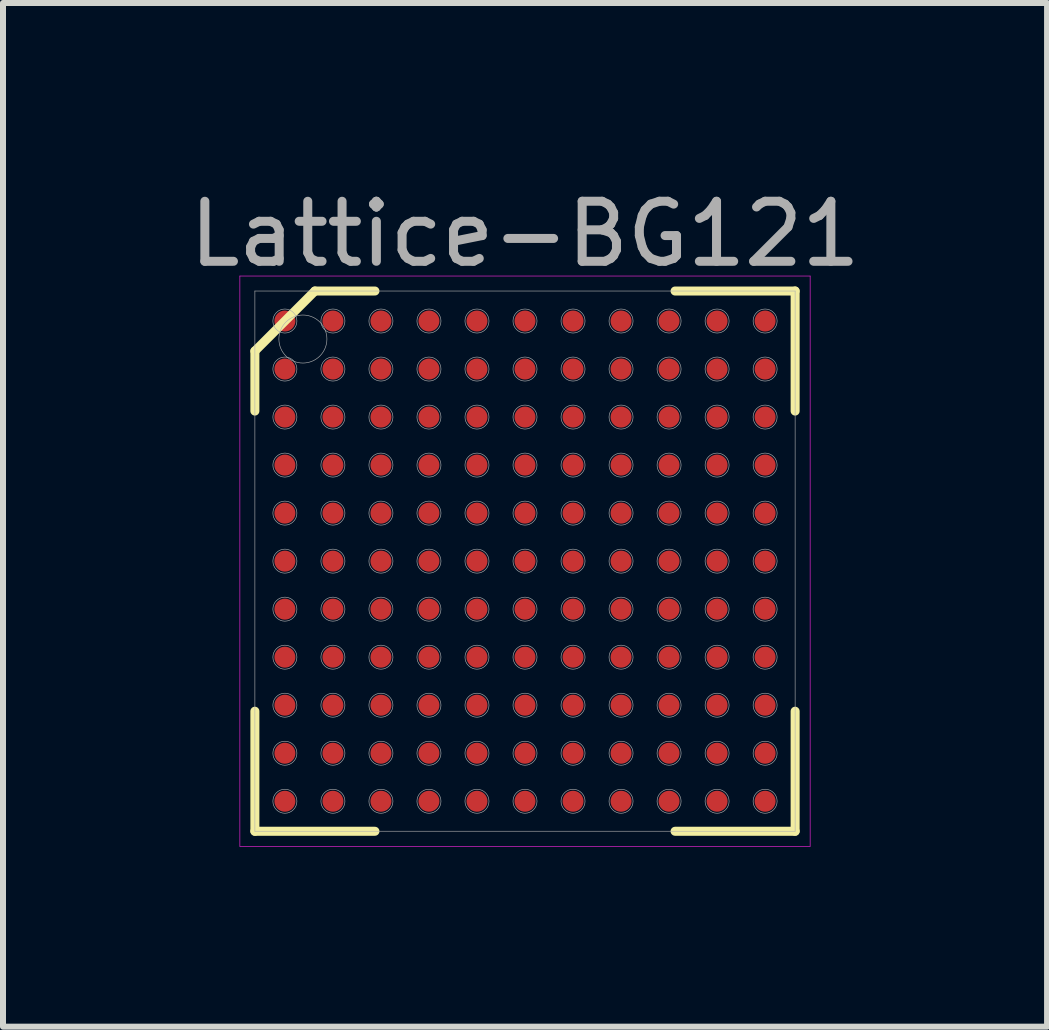
<source format=kicad_pcb>
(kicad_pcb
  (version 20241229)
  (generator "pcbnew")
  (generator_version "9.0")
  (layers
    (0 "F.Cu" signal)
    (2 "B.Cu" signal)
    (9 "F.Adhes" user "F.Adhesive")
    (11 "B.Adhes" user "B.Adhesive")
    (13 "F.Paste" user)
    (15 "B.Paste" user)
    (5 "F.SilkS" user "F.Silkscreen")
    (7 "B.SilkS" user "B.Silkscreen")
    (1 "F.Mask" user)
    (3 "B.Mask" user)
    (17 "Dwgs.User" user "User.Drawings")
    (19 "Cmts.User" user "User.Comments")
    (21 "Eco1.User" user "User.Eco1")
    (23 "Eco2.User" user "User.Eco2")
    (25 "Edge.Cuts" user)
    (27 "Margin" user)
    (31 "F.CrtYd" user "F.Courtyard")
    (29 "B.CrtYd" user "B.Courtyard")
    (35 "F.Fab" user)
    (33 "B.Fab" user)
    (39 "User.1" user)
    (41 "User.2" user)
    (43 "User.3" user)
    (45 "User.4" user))
  (footprint "Lattice-BG121"
    (layer "F.Cu")
    (at 5.696 6.298)
    (property "Reference" "Lattice-BG121" (at 0 -5.45 0) (layer "F.Fab") (effects (font (size 1 1) (thickness 0.15))))
    (attr through_hole)
    (fp_line (start -4.5 -3.5) (end -3.5 -4.5) (stroke (width 0.15) (type solid)) (layer "F.SilkS"))
    (fp_line (start -4.5 -2.5) (end -4.5 -3.5) (stroke (width 0.15) (type solid)) (layer "F.SilkS"))
    (fp_line (start -4.5 4.5) (end -4.5 2.5) (stroke (width 0.15) (type solid)) (layer "F.SilkS"))
    (fp_line (start -2.5 -4.5) (end -3.5 -4.5) (stroke (width 0.15) (type solid)) (layer "F.SilkS"))
    (fp_line (start -2.5 4.5) (end -4.5 4.5) (stroke (width 0.15) (type solid)) (layer "F.SilkS"))
    (fp_line (start 2.5 -4.5) (end 4.5 -4.5) (stroke (width 0.15) (type solid)) (layer "F.SilkS"))
    (fp_line (start 2.5 4.5) (end 4.5 4.5) (stroke (width 0.15) (type solid)) (layer "F.SilkS"))
    (fp_line (start 4.5 -4.5) (end 4.5 -2.5) (stroke (width 0.15) (type solid)) (layer "F.SilkS"))
    (fp_line (start 4.5 4.5) (end 4.5 2.5) (stroke (width 0.15) (type solid)) (layer "F.SilkS"))
    (fp_line (start -4.75 -4.75) (end 4.75 -4.75) (stroke (width 0.01) (type solid)) (layer "F.CrtYd"))
    (fp_line (start -4.75 4.75) (end -4.75 -4.75) (stroke (width 0.01) (type solid)) (layer "F.CrtYd"))
    (fp_line (start 4.75 -4.75) (end 4.75 4.75) (stroke (width 0.01) (type solid)) (layer "F.CrtYd"))
    (fp_line (start 4.75 4.75) (end -4.75 4.75) (stroke (width 0.01) (type solid)) (layer "F.CrtYd"))
    (fp_line (start -4.5 -4.5) (end 4.5 -4.5) (stroke (width 0.01) (type solid)) (layer "F.Fab"))
    (fp_line (start -4.5 4.5) (end -4.5 -4.5) (stroke (width 0.01) (type solid)) (layer "F.Fab"))
    (fp_line (start 4.5 -4.5) (end 4.5 4.5) (stroke (width 0.01) (type solid)) (layer "F.Fab"))
    (fp_line (start 4.5 4.5) (end -4.5 4.5) (stroke (width 0.01) (type solid)) (layer "F.Fab"))
    (fp_circle (center -4 -4) (end -4 -3.8) (stroke (width 0.01) (type solid)) (fill no) (layer "F.Fab"))
    (fp_circle (center -4 -3.2) (end -4 -3) (stroke (width 0.01) (type solid)) (fill no) (layer "F.Fab"))
    (fp_circle (center -4 -2.4) (end -4 -2.2) (stroke (width 0.01) (type solid)) (fill no) (layer "F.Fab"))
    (fp_circle (center -4 -1.6) (end -4 -1.4) (stroke (width 0.01) (type solid)) (fill no) (layer "F.Fab"))
    (fp_circle (center -4 -0.8) (end -4 -0.6) (stroke (width 0.01) (type solid)) (fill no) (layer "F.Fab"))
    (fp_circle (center -4 0) (end -4 0.2) (stroke (width 0.01) (type solid)) (fill no) (layer "F.Fab"))
    (fp_circle (center -4 0.8) (end -4 1) (stroke (width 0.01) (type solid)) (fill no) (layer "F.Fab"))
    (fp_circle (center -4 1.6) (end -4 1.8) (stroke (width 0.01) (type solid)) (fill no) (layer "F.Fab"))
    (fp_circle (center -4 2.4) (end -4 2.6) (stroke (width 0.01) (type solid)) (fill no) (layer "F.Fab"))
    (fp_circle (center -4 3.2) (end -4 3.4) (stroke (width 0.01) (type solid)) (fill no) (layer "F.Fab"))
    (fp_circle (center -4 4) (end -4 4.2) (stroke (width 0.01) (type solid)) (fill no) (layer "F.Fab"))
    (fp_circle (center -3.7 -3.7) (end -3.7 -3.3) (stroke (width 0.01) (type solid)) (fill no) (layer "F.Fab"))
    (fp_circle (center -3.2 -4) (end -3.2 -3.8) (stroke (width 0.01) (type solid)) (fill no) (layer "F.Fab"))
    (fp_circle (center -3.2 -3.2) (end -3.2 -3) (stroke (width 0.01) (type solid)) (fill no) (layer "F.Fab"))
    (fp_circle (center -3.2 -2.4) (end -3.2 -2.2) (stroke (width 0.01) (type solid)) (fill no) (layer "F.Fab"))
    (fp_circle (center -3.2 -1.6) (end -3.2 -1.4) (stroke (width 0.01) (type solid)) (fill no) (layer "F.Fab"))
    (fp_circle (center -3.2 -0.8) (end -3.2 -0.6) (stroke (width 0.01) (type solid)) (fill no) (layer "F.Fab"))
    (fp_circle (center -3.2 0) (end -3.2 0.2) (stroke (width 0.01) (type solid)) (fill no) (layer "F.Fab"))
    (fp_circle (center -3.2 0.8) (end -3.2 1) (stroke (width 0.01) (type solid)) (fill no) (layer "F.Fab"))
    (fp_circle (center -3.2 1.6) (end -3.2 1.8) (stroke (width 0.01) (type solid)) (fill no) (layer "F.Fab"))
    (fp_circle (center -3.2 2.4) (end -3.2 2.6) (stroke (width 0.01) (type solid)) (fill no) (layer "F.Fab"))
    (fp_circle (center -3.2 3.2) (end -3.2 3.4) (stroke (width 0.01) (type solid)) (fill no) (layer "F.Fab"))
    (fp_circle (center -3.2 4) (end -3.2 4.2) (stroke (width 0.01) (type solid)) (fill no) (layer "F.Fab"))
    (fp_circle (center -2.4 -4) (end -2.4 -3.8) (stroke (width 0.01) (type solid)) (fill no) (layer "F.Fab"))
    (fp_circle (center -2.4 -3.2) (end -2.4 -3) (stroke (width 0.01) (type solid)) (fill no) (layer "F.Fab"))
    (fp_circle (center -2.4 -2.4) (end -2.4 -2.2) (stroke (width 0.01) (type solid)) (fill no) (layer "F.Fab"))
    (fp_circle (center -2.4 -1.6) (end -2.4 -1.4) (stroke (width 0.01) (type solid)) (fill no) (layer "F.Fab"))
    (fp_circle (center -2.4 -0.8) (end -2.4 -0.6) (stroke (width 0.01) (type solid)) (fill no) (layer "F.Fab"))
    (fp_circle (center -2.4 0) (end -2.4 0.2) (stroke (width 0.01) (type solid)) (fill no) (layer "F.Fab"))
    (fp_circle (center -2.4 0.8) (end -2.4 1) (stroke (width 0.01) (type solid)) (fill no) (layer "F.Fab"))
    (fp_circle (center -2.4 1.6) (end -2.4 1.8) (stroke (width 0.01) (type solid)) (fill no) (layer "F.Fab"))
    (fp_circle (center -2.4 2.4) (end -2.4 2.6) (stroke (width 0.01) (type solid)) (fill no) (layer "F.Fab"))
    (fp_circle (center -2.4 3.2) (end -2.4 3.4) (stroke (width 0.01) (type solid)) (fill no) (layer "F.Fab"))
    (fp_circle (center -2.4 4) (end -2.4 4.2) (stroke (width 0.01) (type solid)) (fill no) (layer "F.Fab"))
    (fp_circle (center -1.6 -4) (end -1.6 -3.8) (stroke (width 0.01) (type solid)) (fill no) (layer "F.Fab"))
    (fp_circle (center -1.6 -3.2) (end -1.6 -3) (stroke (width 0.01) (type solid)) (fill no) (layer "F.Fab"))
    (fp_circle (center -1.6 -2.4) (end -1.6 -2.2) (stroke (width 0.01) (type solid)) (fill no) (layer "F.Fab"))
    (fp_circle (center -1.6 -1.6) (end -1.6 -1.4) (stroke (width 0.01) (type solid)) (fill no) (layer "F.Fab"))
    (fp_circle (center -1.6 -0.8) (end -1.6 -0.6) (stroke (width 0.01) (type solid)) (fill no) (layer "F.Fab"))
    (fp_circle (center -1.6 0) (end -1.6 0.2) (stroke (width 0.01) (type solid)) (fill no) (layer "F.Fab"))
    (fp_circle (center -1.6 0.8) (end -1.6 1) (stroke (width 0.01) (type solid)) (fill no) (layer "F.Fab"))
    (fp_circle (center -1.6 1.6) (end -1.6 1.8) (stroke (width 0.01) (type solid)) (fill no) (layer "F.Fab"))
    (fp_circle (center -1.6 2.4) (end -1.6 2.6) (stroke (width 0.01) (type solid)) (fill no) (layer "F.Fab"))
    (fp_circle (center -1.6 3.2) (end -1.6 3.4) (stroke (width 0.01) (type solid)) (fill no) (layer "F.Fab"))
    (fp_circle (center -1.6 4) (end -1.6 4.2) (stroke (width 0.01) (type solid)) (fill no) (layer "F.Fab"))
    (fp_circle (center -0.8 -4) (end -0.8 -3.8) (stroke (width 0.01) (type solid)) (fill no) (layer "F.Fab"))
    (fp_circle (center -0.8 -3.2) (end -0.8 -3) (stroke (width 0.01) (type solid)) (fill no) (layer "F.Fab"))
    (fp_circle (center -0.8 -2.4) (end -0.8 -2.2) (stroke (width 0.01) (type solid)) (fill no) (layer "F.Fab"))
    (fp_circle (center -0.8 -1.6) (end -0.8 -1.4) (stroke (width 0.01) (type solid)) (fill no) (layer "F.Fab"))
    (fp_circle (center -0.8 -0.8) (end -0.8 -0.6) (stroke (width 0.01) (type solid)) (fill no) (layer "F.Fab"))
    (fp_circle (center -0.8 0) (end -0.8 0.2) (stroke (width 0.01) (type solid)) (fill no) (layer "F.Fab"))
    (fp_circle (center -0.8 0.8) (end -0.8 1) (stroke (width 0.01) (type solid)) (fill no) (layer "F.Fab"))
    (fp_circle (center -0.8 1.6) (end -0.8 1.8) (stroke (width 0.01) (type solid)) (fill no) (layer "F.Fab"))
    (fp_circle (center -0.8 2.4) (end -0.8 2.6) (stroke (width 0.01) (type solid)) (fill no) (layer "F.Fab"))
    (fp_circle (center -0.8 3.2) (end -0.8 3.4) (stroke (width 0.01) (type solid)) (fill no) (layer "F.Fab"))
    (fp_circle (center -0.8 4) (end -0.8 4.2) (stroke (width 0.01) (type solid)) (fill no) (layer "F.Fab"))
    (fp_circle (center 0 -4) (end 0 -3.8) (stroke (width 0.01) (type solid)) (fill no) (layer "F.Fab"))
    (fp_circle (center 0 -3.2) (end 0 -3) (stroke (width 0.01) (type solid)) (fill no) (layer "F.Fab"))
    (fp_circle (center 0 -2.4) (end 0 -2.2) (stroke (width 0.01) (type solid)) (fill no) (layer "F.Fab"))
    (fp_circle (center 0 -1.6) (end 0 -1.4) (stroke (width 0.01) (type solid)) (fill no) (layer "F.Fab"))
    (fp_circle (center 0 -0.8) (end 0 -0.6) (stroke (width 0.01) (type solid)) (fill no) (layer "F.Fab"))
    (fp_circle (center 0 0) (end 0 0.2) (stroke (width 0.01) (type solid)) (fill no) (layer "F.Fab"))
    (fp_circle (center 0 0.8) (end 0 1) (stroke (width 0.01) (type solid)) (fill no) (layer "F.Fab"))
    (fp_circle (center 0 1.6) (end 0 1.8) (stroke (width 0.01) (type solid)) (fill no) (layer "F.Fab"))
    (fp_circle (center 0 2.4) (end 0 2.6) (stroke (width 0.01) (type solid)) (fill no) (layer "F.Fab"))
    (fp_circle (center 0 3.2) (end 0 3.4) (stroke (width 0.01) (type solid)) (fill no) (layer "F.Fab"))
    (fp_circle (center 0 4) (end 0 4.2) (stroke (width 0.01) (type solid)) (fill no) (layer "F.Fab"))
    (fp_circle (center 0.8 -4) (end 0.8 -3.8) (stroke (width 0.01) (type solid)) (fill no) (layer "F.Fab"))
    (fp_circle (center 0.8 -3.2) (end 0.8 -3) (stroke (width 0.01) (type solid)) (fill no) (layer "F.Fab"))
    (fp_circle (center 0.8 -2.4) (end 0.8 -2.2) (stroke (width 0.01) (type solid)) (fill no) (layer "F.Fab"))
    (fp_circle (center 0.8 -1.6) (end 0.8 -1.4) (stroke (width 0.01) (type solid)) (fill no) (layer "F.Fab"))
    (fp_circle (center 0.8 -0.8) (end 0.8 -0.6) (stroke (width 0.01) (type solid)) (fill no) (layer "F.Fab"))
    (fp_circle (center 0.8 0) (end 0.8 0.2) (stroke (width 0.01) (type solid)) (fill no) (layer "F.Fab"))
    (fp_circle (center 0.8 0.8) (end 0.8 1) (stroke (width 0.01) (type solid)) (fill no) (layer "F.Fab"))
    (fp_circle (center 0.8 1.6) (end 0.8 1.8) (stroke (width 0.01) (type solid)) (fill no) (layer "F.Fab"))
    (fp_circle (center 0.8 2.4) (end 0.8 2.6) (stroke (width 0.01) (type solid)) (fill no) (layer "F.Fab"))
    (fp_circle (center 0.8 3.2) (end 0.8 3.4) (stroke (width 0.01) (type solid)) (fill no) (layer "F.Fab"))
    (fp_circle (center 0.8 4) (end 0.8 4.2) (stroke (width 0.01) (type solid)) (fill no) (layer "F.Fab"))
    (fp_circle (center 1.6 -4) (end 1.6 -3.8) (stroke (width 0.01) (type solid)) (fill no) (layer "F.Fab"))
    (fp_circle (center 1.6 -3.2) (end 1.6 -3) (stroke (width 0.01) (type solid)) (fill no) (layer "F.Fab"))
    (fp_circle (center 1.6 -2.4) (end 1.6 -2.2) (stroke (width 0.01) (type solid)) (fill no) (layer "F.Fab"))
    (fp_circle (center 1.6 -1.6) (end 1.6 -1.4) (stroke (width 0.01) (type solid)) (fill no) (layer "F.Fab"))
    (fp_circle (center 1.6 -0.8) (end 1.6 -0.6) (stroke (width 0.01) (type solid)) (fill no) (layer "F.Fab"))
    (fp_circle (center 1.6 0) (end 1.6 0.2) (stroke (width 0.01) (type solid)) (fill no) (layer "F.Fab"))
    (fp_circle (center 1.6 0.8) (end 1.6 1) (stroke (width 0.01) (type solid)) (fill no) (layer "F.Fab"))
    (fp_circle (center 1.6 1.6) (end 1.6 1.8) (stroke (width 0.01) (type solid)) (fill no) (layer "F.Fab"))
    (fp_circle (center 1.6 2.4) (end 1.6 2.6) (stroke (width 0.01) (type solid)) (fill no) (layer "F.Fab"))
    (fp_circle (center 1.6 3.2) (end 1.6 3.4) (stroke (width 0.01) (type solid)) (fill no) (layer "F.Fab"))
    (fp_circle (center 1.6 4) (end 1.6 4.2) (stroke (width 0.01) (type solid)) (fill no) (layer "F.Fab"))
    (fp_circle (center 2.4 -4) (end 2.4 -3.8) (stroke (width 0.01) (type solid)) (fill no) (layer "F.Fab"))
    (fp_circle (center 2.4 -3.2) (end 2.4 -3) (stroke (width 0.01) (type solid)) (fill no) (layer "F.Fab"))
    (fp_circle (center 2.4 -2.4) (end 2.4 -2.2) (stroke (width 0.01) (type solid)) (fill no) (layer "F.Fab"))
    (fp_circle (center 2.4 -1.6) (end 2.4 -1.4) (stroke (width 0.01) (type solid)) (fill no) (layer "F.Fab"))
    (fp_circle (center 2.4 -0.8) (end 2.4 -0.6) (stroke (width 0.01) (type solid)) (fill no) (layer "F.Fab"))
    (fp_circle (center 2.4 0) (end 2.4 0.2) (stroke (width 0.01) (type solid)) (fill no) (layer "F.Fab"))
    (fp_circle (center 2.4 0.8) (end 2.4 1) (stroke (width 0.01) (type solid)) (fill no) (layer "F.Fab"))
    (fp_circle (center 2.4 1.6) (end 2.4 1.8) (stroke (width 0.01) (type solid)) (fill no) (layer "F.Fab"))
    (fp_circle (center 2.4 2.4) (end 2.4 2.6) (stroke (width 0.01) (type solid)) (fill no) (layer "F.Fab"))
    (fp_circle (center 2.4 3.2) (end 2.4 3.4) (stroke (width 0.01) (type solid)) (fill no) (layer "F.Fab"))
    (fp_circle (center 2.4 4) (end 2.4 4.2) (stroke (width 0.01) (type solid)) (fill no) (layer "F.Fab"))
    (fp_circle (center 3.2 -4) (end 3.2 -3.8) (stroke (width 0.01) (type solid)) (fill no) (layer "F.Fab"))
    (fp_circle (center 3.2 -3.2) (end 3.2 -3) (stroke (width 0.01) (type solid)) (fill no) (layer "F.Fab"))
    (fp_circle (center 3.2 -2.4) (end 3.2 -2.2) (stroke (width 0.01) (type solid)) (fill no) (layer "F.Fab"))
    (fp_circle (center 3.2 -1.6) (end 3.2 -1.4) (stroke (width 0.01) (type solid)) (fill no) (layer "F.Fab"))
    (fp_circle (center 3.2 -0.8) (end 3.2 -0.6) (stroke (width 0.01) (type solid)) (fill no) (layer "F.Fab"))
    (fp_circle (center 3.2 0) (end 3.2 0.2) (stroke (width 0.01) (type solid)) (fill no) (layer "F.Fab"))
    (fp_circle (center 3.2 0.8) (end 3.2 1) (stroke (width 0.01) (type solid)) (fill no) (layer "F.Fab"))
    (fp_circle (center 3.2 1.6) (end 3.2 1.8) (stroke (width 0.01) (type solid)) (fill no) (layer "F.Fab"))
    (fp_circle (center 3.2 2.4) (end 3.2 2.6) (stroke (width 0.01) (type solid)) (fill no) (layer "F.Fab"))
    (fp_circle (center 3.2 3.2) (end 3.2 3.4) (stroke (width 0.01) (type solid)) (fill no) (layer "F.Fab"))
    (fp_circle (center 3.2 4) (end 3.2 4.2) (stroke (width 0.01) (type solid)) (fill no) (layer "F.Fab"))
    (fp_circle (center 4 -4) (end 4 -3.8) (stroke (width 0.01) (type solid)) (fill no) (layer "F.Fab"))
    (fp_circle (center 4 -3.2) (end 4 -3) (stroke (width 0.01) (type solid)) (fill no) (layer "F.Fab"))
    (fp_circle (center 4 -2.4) (end 4 -2.2) (stroke (width 0.01) (type solid)) (fill no) (layer "F.Fab"))
    (fp_circle (center 4 -1.6) (end 4 -1.4) (stroke (width 0.01) (type solid)) (fill no) (layer "F.Fab"))
    (fp_circle (center 4 -0.8) (end 4 -0.6) (stroke (width 0.01) (type solid)) (fill no) (layer "F.Fab"))
    (fp_circle (center 4 0) (end 4 0.2) (stroke (width 0.01) (type solid)) (fill no) (layer "F.Fab"))
    (fp_circle (center 4 0.8) (end 4 1) (stroke (width 0.01) (type solid)) (fill no) (layer "F.Fab"))
    (fp_circle (center 4 1.6) (end 4 1.8) (stroke (width 0.01) (type solid)) (fill no) (layer "F.Fab"))
    (fp_circle (center 4 2.4) (end 4 2.6) (stroke (width 0.01) (type solid)) (fill no) (layer "F.Fab"))
    (fp_circle (center 4 3.2) (end 4 3.4) (stroke (width 0.01) (type solid)) (fill no) (layer "F.Fab"))
    (fp_circle (center 4 4) (end 4 4.2) (stroke (width 0.01) (type solid)) (fill no) (layer "F.Fab"))
    (pad "A1" smd circle (at -4 -4) (size 0.35 0.35) (layers "F.Cu" "F.Mask" "F.Paste"))
    (pad "A2" smd circle (at -3.2 -4) (size 0.35 0.35) (layers "F.Cu" "F.Mask" "F.Paste"))
    (pad "A3" smd circle (at -2.4 -4) (size 0.35 0.35) (layers "F.Cu" "F.Mask" "F.Paste"))
    (pad "A4" smd circle (at -1.6 -4) (size 0.35 0.35) (layers "F.Cu" "F.Mask" "F.Paste"))
    (pad "A5" smd circle (at -0.8 -4) (size 0.35 0.35) (layers "F.Cu" "F.Mask" "F.Paste"))
    (pad "A6" smd circle (at 0 -4) (size 0.35 0.35) (layers "F.Cu" "F.Mask" "F.Paste"))
    (pad "A7" smd circle (at 0.8 -4) (size 0.35 0.35) (layers "F.Cu" "F.Mask" "F.Paste"))
    (pad "A8" smd circle (at 1.6 -4) (size 0.35 0.35) (layers "F.Cu" "F.Mask" "F.Paste"))
    (pad "A9" smd circle (at 2.4 -4) (size 0.35 0.35) (layers "F.Cu" "F.Mask" "F.Paste"))
    (pad "A10" smd circle (at 3.2 -4) (size 0.35 0.35) (layers "F.Cu" "F.Mask" "F.Paste"))
    (pad "A11" smd circle (at 4 -4) (size 0.35 0.35) (layers "F.Cu" "F.Mask" "F.Paste"))
    (pad "B1" smd circle (at -4 -3.2) (size 0.35 0.35) (layers "F.Cu" "F.Mask" "F.Paste"))
    (pad "B2" smd circle (at -3.2 -3.2) (size 0.35 0.35) (layers "F.Cu" "F.Mask" "F.Paste"))
    (pad "B3" smd circle (at -2.4 -3.2) (size 0.35 0.35) (layers "F.Cu" "F.Mask" "F.Paste"))
    (pad "B4" smd circle (at -1.6 -3.2) (size 0.35 0.35) (layers "F.Cu" "F.Mask" "F.Paste"))
    (pad "B5" smd circle (at -0.8 -3.2) (size 0.35 0.35) (layers "F.Cu" "F.Mask" "F.Paste"))
    (pad "B6" smd circle (at 0 -3.2) (size 0.35 0.35) (layers "F.Cu" "F.Mask" "F.Paste"))
    (pad "B7" smd circle (at 0.8 -3.2) (size 0.35 0.35) (layers "F.Cu" "F.Mask" "F.Paste"))
    (pad "B8" smd circle (at 1.6 -3.2) (size 0.35 0.35) (layers "F.Cu" "F.Mask" "F.Paste"))
    (pad "B9" smd circle (at 2.4 -3.2) (size 0.35 0.35) (layers "F.Cu" "F.Mask" "F.Paste"))
    (pad "B10" smd circle (at 3.2 -3.2) (size 0.35 0.35) (layers "F.Cu" "F.Mask" "F.Paste"))
    (pad "B11" smd circle (at 4 -3.2) (size 0.35 0.35) (layers "F.Cu" "F.Mask" "F.Paste"))
    (pad "C1" smd circle (at -4 -2.4) (size 0.35 0.35) (layers "F.Cu" "F.Mask" "F.Paste"))
    (pad "C2" smd circle (at -3.2 -2.4) (size 0.35 0.35) (layers "F.Cu" "F.Mask" "F.Paste"))
    (pad "C3" smd circle (at -2.4 -2.4) (size 0.35 0.35) (layers "F.Cu" "F.Mask" "F.Paste"))
    (pad "C4" smd circle (at -1.6 -2.4) (size 0.35 0.35) (layers "F.Cu" "F.Mask" "F.Paste"))
    (pad "C5" smd circle (at -0.8 -2.4) (size 0.35 0.35) (layers "F.Cu" "F.Mask" "F.Paste"))
    (pad "C6" smd circle (at 0 -2.4) (size 0.35 0.35) (layers "F.Cu" "F.Mask" "F.Paste"))
    (pad "C7" smd circle (at 0.8 -2.4) (size 0.35 0.35) (layers "F.Cu" "F.Mask" "F.Paste"))
    (pad "C8" smd circle (at 1.6 -2.4) (size 0.35 0.35) (layers "F.Cu" "F.Mask" "F.Paste"))
    (pad "C9" smd circle (at 2.4 -2.4) (size 0.35 0.35) (layers "F.Cu" "F.Mask" "F.Paste"))
    (pad "C10" smd circle (at 3.2 -2.4) (size 0.35 0.35) (layers "F.Cu" "F.Mask" "F.Paste"))
    (pad "C11" smd circle (at 4 -2.4) (size 0.35 0.35) (layers "F.Cu" "F.Mask" "F.Paste"))
    (pad "D1" smd circle (at -4 -1.6) (size 0.35 0.35) (layers "F.Cu" "F.Mask" "F.Paste"))
    (pad "D2" smd circle (at -3.2 -1.6) (size 0.35 0.35) (layers "F.Cu" "F.Mask" "F.Paste"))
    (pad "D3" smd circle (at -2.4 -1.6) (size 0.35 0.35) (layers "F.Cu" "F.Mask" "F.Paste"))
    (pad "D4" smd circle (at -1.6 -1.6) (size 0.35 0.35) (layers "F.Cu" "F.Mask" "F.Paste"))
    (pad "D5" smd circle (at -0.8 -1.6) (size 0.35 0.35) (layers "F.Cu" "F.Mask" "F.Paste"))
    (pad "D6" smd circle (at 0 -1.6) (size 0.35 0.35) (layers "F.Cu" "F.Mask" "F.Paste"))
    (pad "D7" smd circle (at 0.8 -1.6) (size 0.35 0.35) (layers "F.Cu" "F.Mask" "F.Paste"))
    (pad "D8" smd circle (at 1.6 -1.6) (size 0.35 0.35) (layers "F.Cu" "F.Mask" "F.Paste"))
    (pad "D9" smd circle (at 2.4 -1.6) (size 0.35 0.35) (layers "F.Cu" "F.Mask" "F.Paste"))
    (pad "D10" smd circle (at 3.2 -1.6) (size 0.35 0.35) (layers "F.Cu" "F.Mask" "F.Paste"))
    (pad "D11" smd circle (at 4 -1.6) (size 0.35 0.35) (layers "F.Cu" "F.Mask" "F.Paste"))
    (pad "E1" smd circle (at -4 -0.8) (size 0.35 0.35) (layers "F.Cu" "F.Mask" "F.Paste"))
    (pad "E2" smd circle (at -3.2 -0.8) (size 0.35 0.35) (layers "F.Cu" "F.Mask" "F.Paste"))
    (pad "E3" smd circle (at -2.4 -0.8) (size 0.35 0.35) (layers "F.Cu" "F.Mask" "F.Paste"))
    (pad "E4" smd circle (at -1.6 -0.8) (size 0.35 0.35) (layers "F.Cu" "F.Mask" "F.Paste"))
    (pad "E5" smd circle (at -0.8 -0.8) (size 0.35 0.35) (layers "F.Cu" "F.Mask" "F.Paste"))
    (pad "E6" smd circle (at 0 -0.8) (size 0.35 0.35) (layers "F.Cu" "F.Mask" "F.Paste"))
    (pad "E7" smd circle (at 0.8 -0.8) (size 0.35 0.35) (layers "F.Cu" "F.Mask" "F.Paste"))
    (pad "E8" smd circle (at 1.6 -0.8) (size 0.35 0.35) (layers "F.Cu" "F.Mask" "F.Paste"))
    (pad "E9" smd circle (at 2.4 -0.8) (size 0.35 0.35) (layers "F.Cu" "F.Mask" "F.Paste"))
    (pad "E10" smd circle (at 3.2 -0.8) (size 0.35 0.35) (layers "F.Cu" "F.Mask" "F.Paste"))
    (pad "E11" smd circle (at 4 -0.8) (size 0.35 0.35) (layers "F.Cu" "F.Mask" "F.Paste"))
    (pad "F1" smd circle (at -4 0) (size 0.35 0.35) (layers "F.Cu" "F.Mask" "F.Paste"))
    (pad "F2" smd circle (at -3.2 0) (size 0.35 0.35) (layers "F.Cu" "F.Mask" "F.Paste"))
    (pad "F3" smd circle (at -2.4 0) (size 0.35 0.35) (layers "F.Cu" "F.Mask" "F.Paste"))
    (pad "F4" smd circle (at -1.6 0) (size 0.35 0.35) (layers "F.Cu" "F.Mask" "F.Paste"))
    (pad "F5" smd circle (at -0.8 0) (size 0.35 0.35) (layers "F.Cu" "F.Mask" "F.Paste"))
    (pad "F6" smd circle (at 0 0) (size 0.35 0.35) (layers "F.Cu" "F.Mask" "F.Paste"))
    (pad "F7" smd circle (at 0.8 0) (size 0.35 0.35) (layers "F.Cu" "F.Mask" "F.Paste"))
    (pad "F8" smd circle (at 1.6 0) (size 0.35 0.35) (layers "F.Cu" "F.Mask" "F.Paste"))
    (pad "F9" smd circle (at 2.4 0) (size 0.35 0.35) (layers "F.Cu" "F.Mask" "F.Paste"))
    (pad "F10" smd circle (at 3.2 0) (size 0.35 0.35) (layers "F.Cu" "F.Mask" "F.Paste"))
    (pad "F11" smd circle (at 4 0) (size 0.35 0.35) (layers "F.Cu" "F.Mask" "F.Paste"))
    (pad "G1" smd circle (at -4 0.8) (size 0.35 0.35) (layers "F.Cu" "F.Mask" "F.Paste"))
    (pad "G2" smd circle (at -3.2 0.8) (size 0.35 0.35) (layers "F.Cu" "F.Mask" "F.Paste"))
    (pad "G3" smd circle (at -2.4 0.8) (size 0.35 0.35) (layers "F.Cu" "F.Mask" "F.Paste"))
    (pad "G4" smd circle (at -1.6 0.8) (size 0.35 0.35) (layers "F.Cu" "F.Mask" "F.Paste"))
    (pad "G5" smd circle (at -0.8 0.8) (size 0.35 0.35) (layers "F.Cu" "F.Mask" "F.Paste"))
    (pad "G6" smd circle (at 0 0.8) (size 0.35 0.35) (layers "F.Cu" "F.Mask" "F.Paste"))
    (pad "G7" smd circle (at 0.8 0.8) (size 0.35 0.35) (layers "F.Cu" "F.Mask" "F.Paste"))
    (pad "G8" smd circle (at 1.6 0.8) (size 0.35 0.35) (layers "F.Cu" "F.Mask" "F.Paste"))
    (pad "G9" smd circle (at 2.4 0.8) (size 0.35 0.35) (layers "F.Cu" "F.Mask" "F.Paste"))
    (pad "G10" smd circle (at 3.2 0.8) (size 0.35 0.35) (layers "F.Cu" "F.Mask" "F.Paste"))
    (pad "G11" smd circle (at 4 0.8) (size 0.35 0.35) (layers "F.Cu" "F.Mask" "F.Paste"))
    (pad "H1" smd circle (at -4 1.6) (size 0.35 0.35) (layers "F.Cu" "F.Mask" "F.Paste"))
    (pad "H2" smd circle (at -3.2 1.6) (size 0.35 0.35) (layers "F.Cu" "F.Mask" "F.Paste"))
    (pad "H3" smd circle (at -2.4 1.6) (size 0.35 0.35) (layers "F.Cu" "F.Mask" "F.Paste"))
    (pad "H4" smd circle (at -1.6 1.6) (size 0.35 0.35) (layers "F.Cu" "F.Mask" "F.Paste"))
    (pad "H5" smd circle (at -0.8 1.6) (size 0.35 0.35) (layers "F.Cu" "F.Mask" "F.Paste"))
    (pad "H6" smd circle (at 0 1.6) (size 0.35 0.35) (layers "F.Cu" "F.Mask" "F.Paste"))
    (pad "H7" smd circle (at 0.8 1.6) (size 0.35 0.35) (layers "F.Cu" "F.Mask" "F.Paste"))
    (pad "H8" smd circle (at 1.6 1.6) (size 0.35 0.35) (layers "F.Cu" "F.Mask" "F.Paste"))
    (pad "H9" smd circle (at 2.4 1.6) (size 0.35 0.35) (layers "F.Cu" "F.Mask" "F.Paste"))
    (pad "H10" smd circle (at 3.2 1.6) (size 0.35 0.35) (layers "F.Cu" "F.Mask" "F.Paste"))
    (pad "H11" smd circle (at 4 1.6) (size 0.35 0.35) (layers "F.Cu" "F.Mask" "F.Paste"))
    (pad "J1" smd circle (at -4 2.4) (size 0.35 0.35) (layers "F.Cu" "F.Mask" "F.Paste"))
    (pad "J2" smd circle (at -3.2 2.4) (size 0.35 0.35) (layers "F.Cu" "F.Mask" "F.Paste"))
    (pad "J3" smd circle (at -2.4 2.4) (size 0.35 0.35) (layers "F.Cu" "F.Mask" "F.Paste"))
    (pad "J4" smd circle (at -1.6 2.4) (size 0.35 0.35) (layers "F.Cu" "F.Mask" "F.Paste"))
    (pad "J5" smd circle (at -0.8 2.4) (size 0.35 0.35) (layers "F.Cu" "F.Mask" "F.Paste"))
    (pad "J6" smd circle (at 0 2.4) (size 0.35 0.35) (layers "F.Cu" "F.Mask" "F.Paste"))
    (pad "J7" smd circle (at 0.8 2.4) (size 0.35 0.35) (layers "F.Cu" "F.Mask" "F.Paste"))
    (pad "J8" smd circle (at 1.6 2.4) (size 0.35 0.35) (layers "F.Cu" "F.Mask" "F.Paste"))
    (pad "J9" smd circle (at 2.4 2.4) (size 0.35 0.35) (layers "F.Cu" "F.Mask" "F.Paste"))
    (pad "J10" smd circle (at 3.2 2.4) (size 0.35 0.35) (layers "F.Cu" "F.Mask" "F.Paste"))
    (pad "J11" smd circle (at 4 2.4) (size 0.35 0.35) (layers "F.Cu" "F.Mask" "F.Paste"))
    (pad "K1" smd circle (at -4 3.2) (size 0.35 0.35) (layers "F.Cu" "F.Mask" "F.Paste"))
    (pad "K2" smd circle (at -3.2 3.2) (size 0.35 0.35) (layers "F.Cu" "F.Mask" "F.Paste"))
    (pad "K3" smd circle (at -2.4 3.2) (size 0.35 0.35) (layers "F.Cu" "F.Mask" "F.Paste"))
    (pad "K4" smd circle (at -1.6 3.2) (size 0.35 0.35) (layers "F.Cu" "F.Mask" "F.Paste"))
    (pad "K5" smd circle (at -0.8 3.2) (size 0.35 0.35) (layers "F.Cu" "F.Mask" "F.Paste"))
    (pad "K6" smd circle (at 0 3.2) (size 0.35 0.35) (layers "F.Cu" "F.Mask" "F.Paste"))
    (pad "K7" smd circle (at 0.8 3.2) (size 0.35 0.35) (layers "F.Cu" "F.Mask" "F.Paste"))
    (pad "K8" smd circle (at 1.6 3.2) (size 0.35 0.35) (layers "F.Cu" "F.Mask" "F.Paste"))
    (pad "K9" smd circle (at 2.4 3.2) (size 0.35 0.35) (layers "F.Cu" "F.Mask" "F.Paste"))
    (pad "K10" smd circle (at 3.2 3.2) (size 0.35 0.35) (layers "F.Cu" "F.Mask" "F.Paste"))
    (pad "K11" smd circle (at 4 3.2) (size 0.35 0.35) (layers "F.Cu" "F.Mask" "F.Paste"))
    (pad "L1" smd circle (at -4 4) (size 0.35 0.35) (layers "F.Cu" "F.Mask" "F.Paste"))
    (pad "L2" smd circle (at -3.2 4) (size 0.35 0.35) (layers "F.Cu" "F.Mask" "F.Paste"))
    (pad "L3" smd circle (at -2.4 4) (size 0.35 0.35) (layers "F.Cu" "F.Mask" "F.Paste"))
    (pad "L4" smd circle (at -1.6 4) (size 0.35 0.35) (layers "F.Cu" "F.Mask" "F.Paste"))
    (pad "L5" smd circle (at -0.8 4) (size 0.35 0.35) (layers "F.Cu" "F.Mask" "F.Paste"))
    (pad "L6" smd circle (at 0 4) (size 0.35 0.35) (layers "F.Cu" "F.Mask" "F.Paste"))
    (pad "L7" smd circle (at 0.8 4) (size 0.35 0.35) (layers "F.Cu" "F.Mask" "F.Paste"))
    (pad "L8" smd circle (at 1.6 4) (size 0.35 0.35) (layers "F.Cu" "F.Mask" "F.Paste"))
    (pad "L9" smd circle (at 2.4 4) (size 0.35 0.35) (layers "F.Cu" "F.Mask" "F.Paste"))
    (pad "L10" smd circle (at 3.2 4) (size 0.35 0.35) (layers "F.Cu" "F.Mask" "F.Paste"))
    (pad "L11" smd circle (at 4 4) (size 0.35 0.35) (layers "F.Cu" "F.Mask" "F.Paste")))
  (gr_rect
    (start -3 -3)
    (end 14.393 14.053)
    (stroke (width 0.1) (type default))
    (fill no)
    (layer "Edge.Cuts")))
</source>
